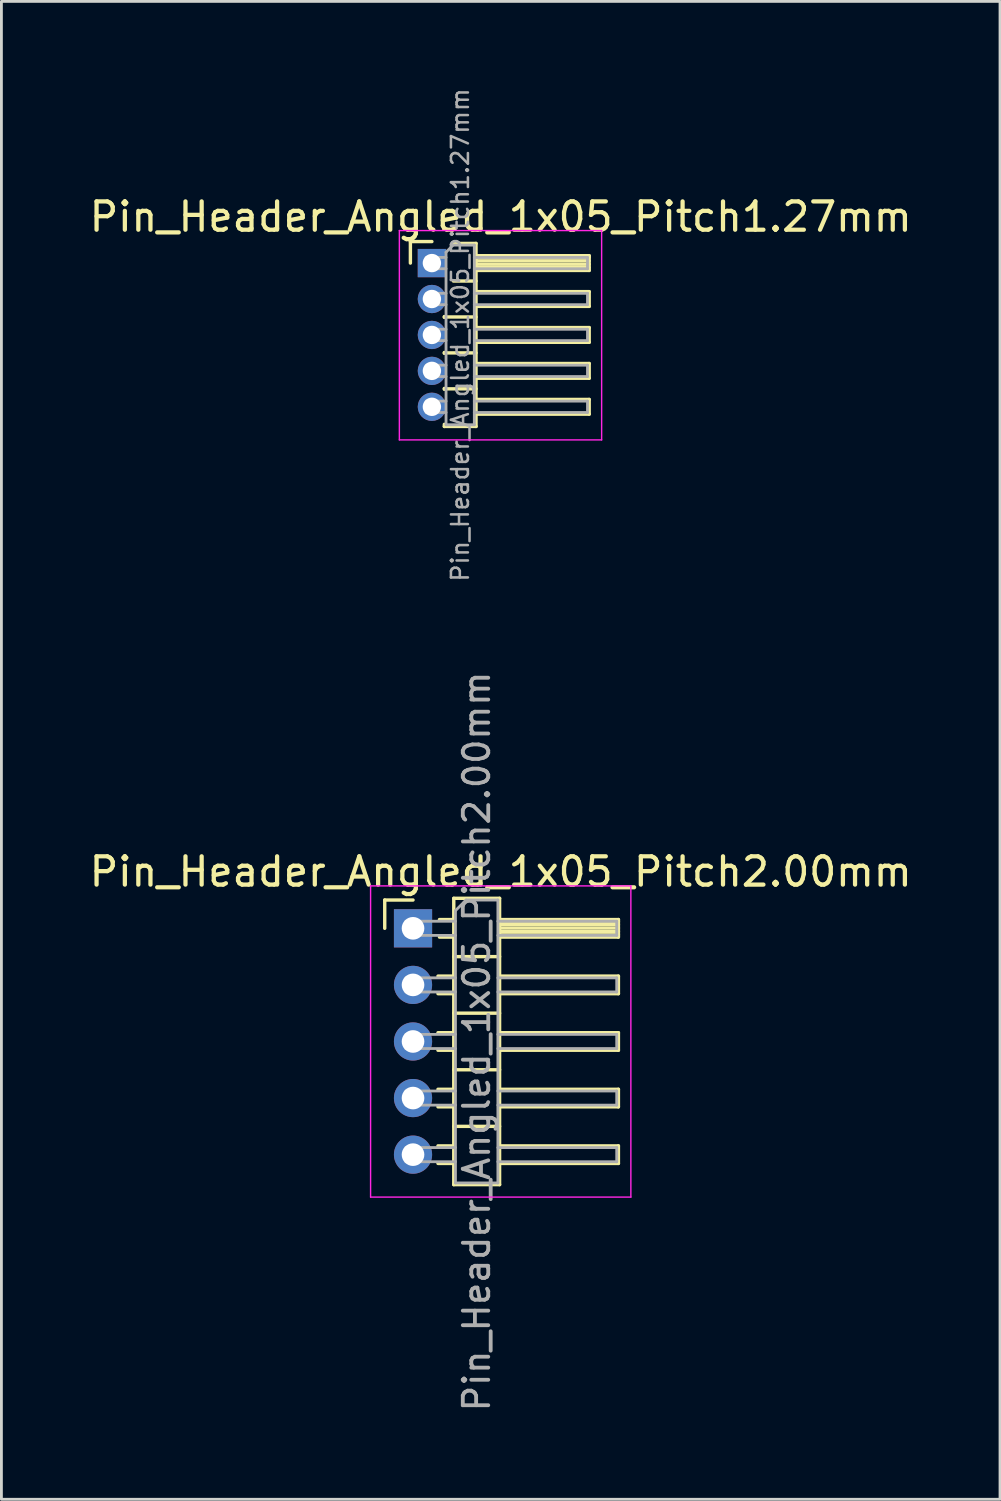
<source format=kicad_pcb>
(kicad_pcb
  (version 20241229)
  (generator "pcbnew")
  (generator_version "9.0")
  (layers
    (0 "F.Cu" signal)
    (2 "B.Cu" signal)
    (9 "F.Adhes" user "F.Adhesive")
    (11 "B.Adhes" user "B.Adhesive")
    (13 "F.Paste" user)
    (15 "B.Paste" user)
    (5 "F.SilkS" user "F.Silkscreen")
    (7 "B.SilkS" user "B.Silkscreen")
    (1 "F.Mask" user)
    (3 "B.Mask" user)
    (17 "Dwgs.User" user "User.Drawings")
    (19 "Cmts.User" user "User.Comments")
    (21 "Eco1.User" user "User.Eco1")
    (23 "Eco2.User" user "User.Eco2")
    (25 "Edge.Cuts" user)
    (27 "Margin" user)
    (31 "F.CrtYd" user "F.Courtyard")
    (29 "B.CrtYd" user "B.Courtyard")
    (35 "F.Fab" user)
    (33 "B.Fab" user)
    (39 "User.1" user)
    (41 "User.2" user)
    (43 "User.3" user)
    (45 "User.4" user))
  (footprint "Pin_Header_Angled_1x05_Pitch2.00mm"
    (layer "F.Cu")
    (at 11.549 29.763)
    (property "Reference" "Pin_Header_Angled_1x05_Pitch2.00mm" (at 3.1 -2 0) (layer "F.SilkS") (effects (font (size 1 1) (thickness 0.15))))
    (attr through_hole)
    (fp_line (start -1 -1) (end 0 -1) (stroke (width 0.12) (type solid)) (layer "F.SilkS"))
    (fp_line (start -1 0) (end -1 -1) (stroke (width 0.12) (type solid)) (layer "F.SilkS"))
    (fp_line (start 0.882 1.69) (end 1.44 1.69) (stroke (width 0.12) (type solid)) (layer "F.SilkS"))
    (fp_line (start 0.882 2.31) (end 1.44 2.31) (stroke (width 0.12) (type solid)) (layer "F.SilkS"))
    (fp_line (start 0.882 3.69) (end 1.44 3.69) (stroke (width 0.12) (type solid)) (layer "F.SilkS"))
    (fp_line (start 0.882 4.31) (end 1.44 4.31) (stroke (width 0.12) (type solid)) (layer "F.SilkS"))
    (fp_line (start 0.882 5.69) (end 1.44 5.69) (stroke (width 0.12) (type solid)) (layer "F.SilkS"))
    (fp_line (start 0.882 6.31) (end 1.44 6.31) (stroke (width 0.12) (type solid)) (layer "F.SilkS"))
    (fp_line (start 0.882 7.69) (end 1.44 7.69) (stroke (width 0.12) (type solid)) (layer "F.SilkS"))
    (fp_line (start 0.882 8.31) (end 1.44 8.31) (stroke (width 0.12) (type solid)) (layer "F.SilkS"))
    (fp_line (start 0.935 -0.31) (end 1.44 -0.31) (stroke (width 0.12) (type solid)) (layer "F.SilkS"))
    (fp_line (start 0.935 0.31) (end 1.44 0.31) (stroke (width 0.12) (type solid)) (layer "F.SilkS"))
    (fp_line (start 1.44 -1.06) (end 1.44 9.06) (stroke (width 0.12) (type solid)) (layer "F.SilkS"))
    (fp_line (start 1.44 1) (end 3.06 1) (stroke (width 0.12) (type solid)) (layer "F.SilkS"))
    (fp_line (start 1.44 3) (end 3.06 3) (stroke (width 0.12) (type solid)) (layer "F.SilkS"))
    (fp_line (start 1.44 5) (end 3.06 5) (stroke (width 0.12) (type solid)) (layer "F.SilkS"))
    (fp_line (start 1.44 7) (end 3.06 7) (stroke (width 0.12) (type solid)) (layer "F.SilkS"))
    (fp_line (start 1.44 9.06) (end 3.06 9.06) (stroke (width 0.12) (type solid)) (layer "F.SilkS"))
    (fp_line (start 3.06 -1.06) (end 1.44 -1.06) (stroke (width 0.12) (type solid)) (layer "F.SilkS"))
    (fp_line (start 3.06 -0.31) (end 7.26 -0.31) (stroke (width 0.12) (type solid)) (layer "F.SilkS"))
    (fp_line (start 3.06 -0.25) (end 7.26 -0.25) (stroke (width 0.12) (type solid)) (layer "F.SilkS"))
    (fp_line (start 3.06 -0.13) (end 7.26 -0.13) (stroke (width 0.12) (type solid)) (layer "F.SilkS"))
    (fp_line (start 3.06 -0.01) (end 7.26 -0.01) (stroke (width 0.12) (type solid)) (layer "F.SilkS"))
    (fp_line (start 3.06 0.11) (end 7.26 0.11) (stroke (width 0.12) (type solid)) (layer "F.SilkS"))
    (fp_line (start 3.06 0.23) (end 7.26 0.23) (stroke (width 0.12) (type solid)) (layer "F.SilkS"))
    (fp_line (start 3.06 1.69) (end 7.26 1.69) (stroke (width 0.12) (type solid)) (layer "F.SilkS"))
    (fp_line (start 3.06 3.69) (end 7.26 3.69) (stroke (width 0.12) (type solid)) (layer "F.SilkS"))
    (fp_line (start 3.06 5.69) (end 7.26 5.69) (stroke (width 0.12) (type solid)) (layer "F.SilkS"))
    (fp_line (start 3.06 7.69) (end 7.26 7.69) (stroke (width 0.12) (type solid)) (layer "F.SilkS"))
    (fp_line (start 3.06 9.06) (end 3.06 -1.06) (stroke (width 0.12) (type solid)) (layer "F.SilkS"))
    (fp_line (start 7.26 -0.31) (end 7.26 0.31) (stroke (width 0.12) (type solid)) (layer "F.SilkS"))
    (fp_line (start 7.26 0.31) (end 3.06 0.31) (stroke (width 0.12) (type solid)) (layer "F.SilkS"))
    (fp_line (start 7.26 1.69) (end 7.26 2.31) (stroke (width 0.12) (type solid)) (layer "F.SilkS"))
    (fp_line (start 7.26 2.31) (end 3.06 2.31) (stroke (width 0.12) (type solid)) (layer "F.SilkS"))
    (fp_line (start 7.26 3.69) (end 7.26 4.31) (stroke (width 0.12) (type solid)) (layer "F.SilkS"))
    (fp_line (start 7.26 4.31) (end 3.06 4.31) (stroke (width 0.12) (type solid)) (layer "F.SilkS"))
    (fp_line (start 7.26 5.69) (end 7.26 6.31) (stroke (width 0.12) (type solid)) (layer "F.SilkS"))
    (fp_line (start 7.26 6.31) (end 3.06 6.31) (stroke (width 0.12) (type solid)) (layer "F.SilkS"))
    (fp_line (start 7.26 7.69) (end 7.26 8.31) (stroke (width 0.12) (type solid)) (layer "F.SilkS"))
    (fp_line (start 7.26 8.31) (end 3.06 8.31) (stroke (width 0.12) (type solid)) (layer "F.SilkS"))
    (fp_line (start -1.5 -1.5) (end -1.5 9.5) (stroke (width 0.05) (type solid)) (layer "F.CrtYd"))
    (fp_line (start -1.5 9.5) (end 7.7 9.5) (stroke (width 0.05) (type solid)) (layer "F.CrtYd"))
    (fp_line (start 7.7 -1.5) (end -1.5 -1.5) (stroke (width 0.05) (type solid)) (layer "F.CrtYd"))
    (fp_line (start 7.7 9.5) (end 7.7 -1.5) (stroke (width 0.05) (type solid)) (layer "F.CrtYd"))
    (fp_line (start -0.25 -0.25) (end -0.25 0.25) (stroke (width 0.1) (type solid)) (layer "F.Fab"))
    (fp_line (start -0.25 -0.25) (end 1.5 -0.25) (stroke (width 0.1) (type solid)) (layer "F.Fab"))
    (fp_line (start -0.25 0.25) (end 1.5 0.25) (stroke (width 0.1) (type solid)) (layer "F.Fab"))
    (fp_line (start -0.25 1.75) (end -0.25 2.25) (stroke (width 0.1) (type solid)) (layer "F.Fab"))
    (fp_line (start -0.25 1.75) (end 1.5 1.75) (stroke (width 0.1) (type solid)) (layer "F.Fab"))
    (fp_line (start -0.25 2.25) (end 1.5 2.25) (stroke (width 0.1) (type solid)) (layer "F.Fab"))
    (fp_line (start -0.25 3.75) (end -0.25 4.25) (stroke (width 0.1) (type solid)) (layer "F.Fab"))
    (fp_line (start -0.25 3.75) (end 1.5 3.75) (stroke (width 0.1) (type solid)) (layer "F.Fab"))
    (fp_line (start -0.25 4.25) (end 1.5 4.25) (stroke (width 0.1) (type solid)) (layer "F.Fab"))
    (fp_line (start -0.25 5.75) (end -0.25 6.25) (stroke (width 0.1) (type solid)) (layer "F.Fab"))
    (fp_line (start -0.25 5.75) (end 1.5 5.75) (stroke (width 0.1) (type solid)) (layer "F.Fab"))
    (fp_line (start -0.25 6.25) (end 1.5 6.25) (stroke (width 0.1) (type solid)) (layer "F.Fab"))
    (fp_line (start -0.25 7.75) (end -0.25 8.25) (stroke (width 0.1) (type solid)) (layer "F.Fab"))
    (fp_line (start -0.25 7.75) (end 1.5 7.75) (stroke (width 0.1) (type solid)) (layer "F.Fab"))
    (fp_line (start -0.25 8.25) (end 1.5 8.25) (stroke (width 0.1) (type solid)) (layer "F.Fab"))
    (fp_line (start 1.5 -0.625) (end 1.875 -1) (stroke (width 0.1) (type solid)) (layer "F.Fab"))
    (fp_line (start 1.5 9) (end 1.5 -0.625) (stroke (width 0.1) (type solid)) (layer "F.Fab"))
    (fp_line (start 1.875 -1) (end 3 -1) (stroke (width 0.1) (type solid)) (layer "F.Fab"))
    (fp_line (start 3 -1) (end 3 9) (stroke (width 0.1) (type solid)) (layer "F.Fab"))
    (fp_line (start 3 -0.25) (end 7.2 -0.25) (stroke (width 0.1) (type solid)) (layer "F.Fab"))
    (fp_line (start 3 0.25) (end 7.2 0.25) (stroke (width 0.1) (type solid)) (layer "F.Fab"))
    (fp_line (start 3 1.75) (end 7.2 1.75) (stroke (width 0.1) (type solid)) (layer "F.Fab"))
    (fp_line (start 3 2.25) (end 7.2 2.25) (stroke (width 0.1) (type solid)) (layer "F.Fab"))
    (fp_line (start 3 3.75) (end 7.2 3.75) (stroke (width 0.1) (type solid)) (layer "F.Fab"))
    (fp_line (start 3 4.25) (end 7.2 4.25) (stroke (width 0.1) (type solid)) (layer "F.Fab"))
    (fp_line (start 3 5.75) (end 7.2 5.75) (stroke (width 0.1) (type solid)) (layer "F.Fab"))
    (fp_line (start 3 6.25) (end 7.2 6.25) (stroke (width 0.1) (type solid)) (layer "F.Fab"))
    (fp_line (start 3 7.75) (end 7.2 7.75) (stroke (width 0.1) (type solid)) (layer "F.Fab"))
    (fp_line (start 3 8.25) (end 7.2 8.25) (stroke (width 0.1) (type solid)) (layer "F.Fab"))
    (fp_line (start 3 9) (end 1.5 9) (stroke (width 0.1) (type solid)) (layer "F.Fab"))
    (fp_line (start 7.2 -0.25) (end 7.2 0.25) (stroke (width 0.1) (type solid)) (layer "F.Fab"))
    (fp_line (start 7.2 1.75) (end 7.2 2.25) (stroke (width 0.1) (type solid)) (layer "F.Fab"))
    (fp_line (start 7.2 3.75) (end 7.2 4.25) (stroke (width 0.1) (type solid)) (layer "F.Fab"))
    (fp_line (start 7.2 5.75) (end 7.2 6.25) (stroke (width 0.1) (type solid)) (layer "F.Fab"))
    (fp_line (start 7.2 7.75) (end 7.2 8.25) (stroke (width 0.1) (type solid)) (layer "F.Fab"))
    (fp_text user "${REFERENCE}" (at 2.25 4 90) (layer "F.Fab") (effects (font (size 0.9 0.9) (thickness 0.135))))
    (pad "1" thru_hole rect (at 0 0) (size 1.35 1.35) (drill 0.8) (layers "*.Cu" "*.Mask"))
    (pad "2" thru_hole oval (at 0 2) (size 1.35 1.35) (drill 0.8) (layers "*.Cu" "*.Mask"))
    (pad "3" thru_hole oval (at 0 4) (size 1.35 1.35) (drill 0.8) (layers "*.Cu" "*.Mask"))
    (pad "4" thru_hole oval (at 0 6) (size 1.35 1.35) (drill 0.8) (layers "*.Cu" "*.Mask"))
    (pad "5" thru_hole oval (at 0 8) (size 1.35 1.35) (drill 0.8) (layers "*.Cu" "*.Mask")))
  (footprint "Pin_Header_Angled_1x05_Pitch1.27mm"
    (layer "F.Cu")
    (at 12.216 6.249)
    (property "Reference" "Pin_Header_Angled_1x05_Pitch1.27mm" (at 2.433 -1.635 0) (layer "F.SilkS") (effects (font (size 1 1) (thickness 0.15))))
    (attr through_hole)
    (fp_line (start -0.76 -0.76) (end 0 -0.76) (stroke (width 0.12) (type solid)) (layer "F.SilkS"))
    (fp_line (start -0.76 0) (end -0.76 -0.76) (stroke (width 0.12) (type solid)) (layer "F.SilkS"))
    (fp_line (start 0.44 1.89) (end 0.44 1.92) (stroke (width 0.12) (type solid)) (layer "F.SilkS"))
    (fp_line (start 0.44 1.905) (end 1.56 1.905) (stroke (width 0.12) (type solid)) (layer "F.SilkS"))
    (fp_line (start 0.44 3.16) (end 0.44 3.19) (stroke (width 0.12) (type solid)) (layer "F.SilkS"))
    (fp_line (start 0.44 3.175) (end 1.56 3.175) (stroke (width 0.12) (type solid)) (layer "F.SilkS"))
    (fp_line (start 0.44 4.43) (end 0.44 4.46) (stroke (width 0.12) (type solid)) (layer "F.SilkS"))
    (fp_line (start 0.44 4.445) (end 1.56 4.445) (stroke (width 0.12) (type solid)) (layer "F.SilkS"))
    (fp_line (start 0.44 5.775) (end 0.44 5.7) (stroke (width 0.12) (type solid)) (layer "F.SilkS"))
    (fp_line (start 0.76 -0.695) (end 1.56 -0.695) (stroke (width 0.12) (type solid)) (layer "F.SilkS"))
    (fp_line (start 0.76 0.635) (end 1.56 0.635) (stroke (width 0.12) (type solid)) (layer "F.SilkS"))
    (fp_line (start 1.56 -0.695) (end 1.56 5.775) (stroke (width 0.12) (type solid)) (layer "F.SilkS"))
    (fp_line (start 1.56 -0.26) (end 5.56 -0.26) (stroke (width 0.12) (type solid)) (layer "F.SilkS"))
    (fp_line (start 1.56 -0.2) (end 5.56 -0.2) (stroke (width 0.12) (type solid)) (layer "F.SilkS"))
    (fp_line (start 1.56 -0.08) (end 5.56 -0.08) (stroke (width 0.12) (type solid)) (layer "F.SilkS"))
    (fp_line (start 1.56 0.04) (end 5.56 0.04) (stroke (width 0.12) (type solid)) (layer "F.SilkS"))
    (fp_line (start 1.56 0.16) (end 5.56 0.16) (stroke (width 0.12) (type solid)) (layer "F.SilkS"))
    (fp_line (start 1.56 1.01) (end 5.56 1.01) (stroke (width 0.12) (type solid)) (layer "F.SilkS"))
    (fp_line (start 1.56 2.28) (end 5.56 2.28) (stroke (width 0.12) (type solid)) (layer "F.SilkS"))
    (fp_line (start 1.56 3.55) (end 5.56 3.55) (stroke (width 0.12) (type solid)) (layer "F.SilkS"))
    (fp_line (start 1.56 4.82) (end 5.56 4.82) (stroke (width 0.12) (type solid)) (layer "F.SilkS"))
    (fp_line (start 1.56 5.775) (end 0.44 5.775) (stroke (width 0.12) (type solid)) (layer "F.SilkS"))
    (fp_line (start 5.56 -0.26) (end 5.56 0.26) (stroke (width 0.12) (type solid)) (layer "F.SilkS"))
    (fp_line (start 5.56 0.26) (end 1.56 0.26) (stroke (width 0.12) (type solid)) (layer "F.SilkS"))
    (fp_line (start 5.56 1.01) (end 5.56 1.53) (stroke (width 0.12) (type solid)) (layer "F.SilkS"))
    (fp_line (start 5.56 1.53) (end 1.56 1.53) (stroke (width 0.12) (type solid)) (layer "F.SilkS"))
    (fp_line (start 5.56 2.28) (end 5.56 2.8) (stroke (width 0.12) (type solid)) (layer "F.SilkS"))
    (fp_line (start 5.56 2.8) (end 1.56 2.8) (stroke (width 0.12) (type solid)) (layer "F.SilkS"))
    (fp_line (start 5.56 3.55) (end 5.56 4.07) (stroke (width 0.12) (type solid)) (layer "F.SilkS"))
    (fp_line (start 5.56 4.07) (end 1.56 4.07) (stroke (width 0.12) (type solid)) (layer "F.SilkS"))
    (fp_line (start 5.56 4.82) (end 5.56 5.34) (stroke (width 0.12) (type solid)) (layer "F.SilkS"))
    (fp_line (start 5.56 5.34) (end 1.56 5.34) (stroke (width 0.12) (type solid)) (layer "F.SilkS"))
    (fp_line (start -1.15 -1.15) (end -1.15 6.25) (stroke (width 0.05) (type solid)) (layer "F.CrtYd"))
    (fp_line (start -1.15 6.25) (end 6 6.25) (stroke (width 0.05) (type solid)) (layer "F.CrtYd"))
    (fp_line (start 6 -1.15) (end -1.15 -1.15) (stroke (width 0.05) (type solid)) (layer "F.CrtYd"))
    (fp_line (start 6 6.25) (end 6 -1.15) (stroke (width 0.05) (type solid)) (layer "F.CrtYd"))
    (fp_line (start -0.2 -0.2) (end -0.2 0.2) (stroke (width 0.1) (type solid)) (layer "F.Fab"))
    (fp_line (start -0.2 -0.2) (end 0.5 -0.2) (stroke (width 0.1) (type solid)) (layer "F.Fab"))
    (fp_line (start -0.2 0.2) (end 0.5 0.2) (stroke (width 0.1) (type solid)) (layer "F.Fab"))
    (fp_line (start -0.2 1.07) (end -0.2 1.47) (stroke (width 0.1) (type solid)) (layer "F.Fab"))
    (fp_line (start -0.2 1.07) (end 0.5 1.07) (stroke (width 0.1) (type solid)) (layer "F.Fab"))
    (fp_line (start -0.2 1.47) (end 0.5 1.47) (stroke (width 0.1) (type solid)) (layer "F.Fab"))
    (fp_line (start -0.2 2.34) (end -0.2 2.74) (stroke (width 0.1) (type solid)) (layer "F.Fab"))
    (fp_line (start -0.2 2.34) (end 0.5 2.34) (stroke (width 0.1) (type solid)) (layer "F.Fab"))
    (fp_line (start -0.2 2.74) (end 0.5 2.74) (stroke (width 0.1) (type solid)) (layer "F.Fab"))
    (fp_line (start -0.2 3.61) (end -0.2 4.01) (stroke (width 0.1) (type solid)) (layer "F.Fab"))
    (fp_line (start -0.2 3.61) (end 0.5 3.61) (stroke (width 0.1) (type solid)) (layer "F.Fab"))
    (fp_line (start -0.2 4.01) (end 0.5 4.01) (stroke (width 0.1) (type solid)) (layer "F.Fab"))
    (fp_line (start -0.2 4.88) (end -0.2 5.28) (stroke (width 0.1) (type solid)) (layer "F.Fab"))
    (fp_line (start -0.2 4.88) (end 0.5 4.88) (stroke (width 0.1) (type solid)) (layer "F.Fab"))
    (fp_line (start -0.2 5.28) (end 0.5 5.28) (stroke (width 0.1) (type solid)) (layer "F.Fab"))
    (fp_line (start 0.5 -0.385) (end 0.75 -0.635) (stroke (width 0.1) (type solid)) (layer "F.Fab"))
    (fp_line (start 0.5 5.715) (end 0.5 -0.385) (stroke (width 0.1) (type solid)) (layer "F.Fab"))
    (fp_line (start 0.75 -0.635) (end 1.5 -0.635) (stroke (width 0.1) (type solid)) (layer "F.Fab"))
    (fp_line (start 1.5 -0.635) (end 1.5 5.715) (stroke (width 0.1) (type solid)) (layer "F.Fab"))
    (fp_line (start 1.5 -0.2) (end 5.5 -0.2) (stroke (width 0.1) (type solid)) (layer "F.Fab"))
    (fp_line (start 1.5 0.2) (end 5.5 0.2) (stroke (width 0.1) (type solid)) (layer "F.Fab"))
    (fp_line (start 1.5 1.07) (end 5.5 1.07) (stroke (width 0.1) (type solid)) (layer "F.Fab"))
    (fp_line (start 1.5 1.47) (end 5.5 1.47) (stroke (width 0.1) (type solid)) (layer "F.Fab"))
    (fp_line (start 1.5 2.34) (end 5.5 2.34) (stroke (width 0.1) (type solid)) (layer "F.Fab"))
    (fp_line (start 1.5 2.74) (end 5.5 2.74) (stroke (width 0.1) (type solid)) (layer "F.Fab"))
    (fp_line (start 1.5 3.61) (end 5.5 3.61) (stroke (width 0.1) (type solid)) (layer "F.Fab"))
    (fp_line (start 1.5 4.01) (end 5.5 4.01) (stroke (width 0.1) (type solid)) (layer "F.Fab"))
    (fp_line (start 1.5 4.88) (end 5.5 4.88) (stroke (width 0.1) (type solid)) (layer "F.Fab"))
    (fp_line (start 1.5 5.28) (end 5.5 5.28) (stroke (width 0.1) (type solid)) (layer "F.Fab"))
    (fp_line (start 1.5 5.715) (end 0.5 5.715) (stroke (width 0.1) (type solid)) (layer "F.Fab"))
    (fp_line (start 5.5 -0.2) (end 5.5 0.2) (stroke (width 0.1) (type solid)) (layer "F.Fab"))
    (fp_line (start 5.5 1.07) (end 5.5 1.47) (stroke (width 0.1) (type solid)) (layer "F.Fab"))
    (fp_line (start 5.5 2.34) (end 5.5 2.74) (stroke (width 0.1) (type solid)) (layer "F.Fab"))
    (fp_line (start 5.5 3.61) (end 5.5 4.01) (stroke (width 0.1) (type solid)) (layer "F.Fab"))
    (fp_line (start 5.5 4.88) (end 5.5 5.28) (stroke (width 0.1) (type solid)) (layer "F.Fab"))
    (fp_text user "${REFERENCE}" (at 1 2.54 90) (layer "F.Fab") (effects (font (size 0.6 0.6) (thickness 0.09))))
    (pad "1" thru_hole rect (at 0 0) (size 1 1) (drill 0.65) (layers "*.Cu" "*.Mask"))
    (pad "2" thru_hole oval (at 0 1.27) (size 1 1) (drill 0.65) (layers "*.Cu" "*.Mask"))
    (pad "3" thru_hole oval (at 0 2.54) (size 1 1) (drill 0.65) (layers "*.Cu" "*.Mask"))
    (pad "4" thru_hole oval (at 0 3.81) (size 1 1) (drill 0.65) (layers "*.Cu" "*.Mask"))
    (pad "5" thru_hole oval (at 0 5.08) (size 1 1) (drill 0.65) (layers "*.Cu" "*.Mask")))
  (gr_rect
    (start -3 -3)
    (end 32.298 49.946)
    (stroke (width 0.1) (type default))
    (fill no)
    (layer "Edge.Cuts")))
</source>
